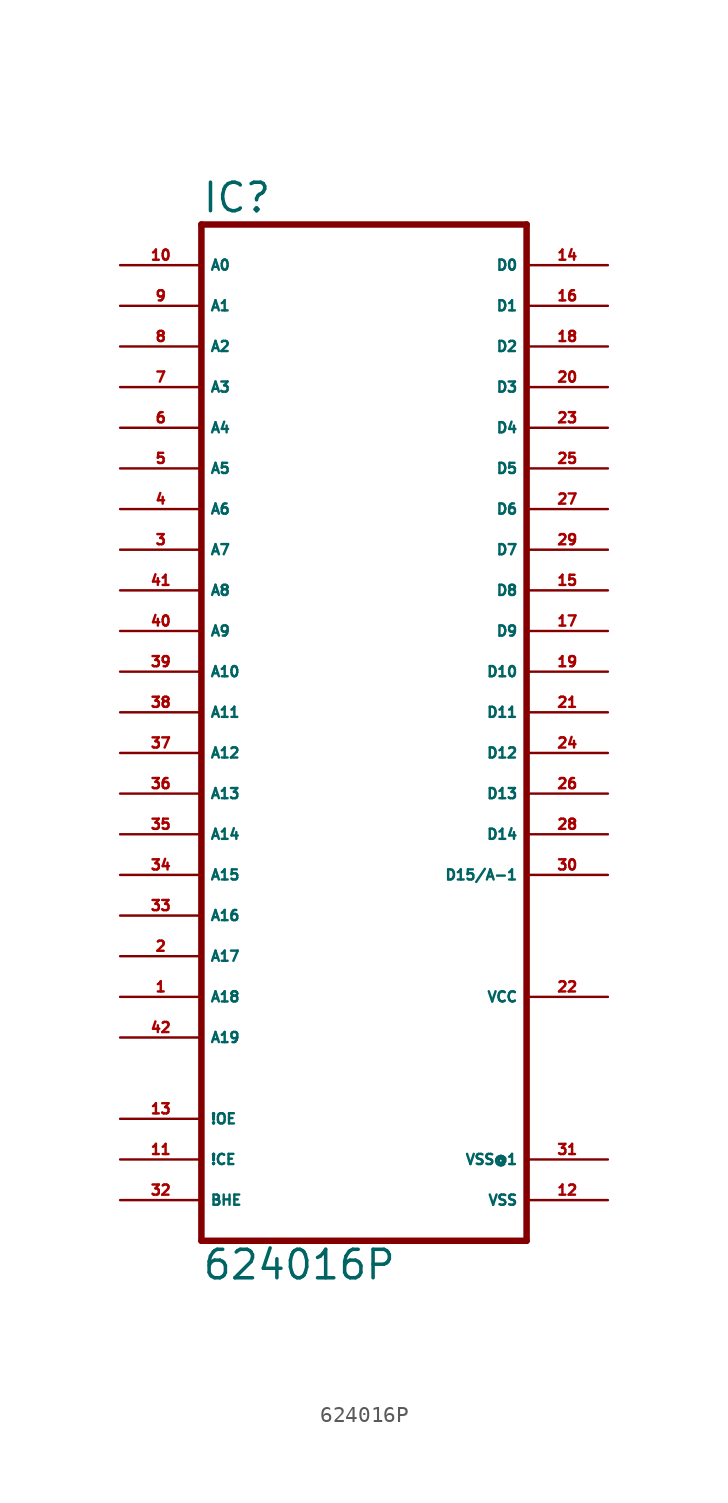
<source format=kicad_sym>
(kicad_symbol_lib
  (version 20220914)
  (generator Eagle2Kicad)
  (symbol "624016P"
    (property "Reference" "IC"
      (at -10.16 33.655 0)
      (effects (font (size 1.778 1.778) (thickness 0.22)) (justify left bottom)))
    (property "Value" "624016P"
      (at -10.16 -33.02 0)
      (effects (font (size 1.778 1.778) (thickness 0.22)) (justify left bottom)))
    (polyline
      (pts (xy -10.16 -30.48) (xy 10.16 -30.48))
      (stroke (width 0.406) (type default))
      (fill (type none)))
    (polyline
      (pts (xy 10.16 33.02) (xy 10.16 -30.48))
      (stroke (width 0.406) (type default))
      (fill (type none)))
    (polyline
      (pts (xy 10.16 33.02) (xy -10.16 33.02))
      (stroke (width 0.406) (type default))
      (fill (type none)))
    (polyline
      (pts (xy -10.16 -30.48) (xy -10.16 33.02))
      (stroke (width 0.406) (type default))
      (fill (type none)))
    (pin input line
      (at -15.24 30.48 0)
      (length 5.08)
      (name "A0" (effects (font (size 0.635 0.635) (thickness 0.08)) (justify left bottom)))
      (number "10" (effects (font (size 0.635 0.635) (thickness 0.08)) (justify left bottom))))
    (pin input line
      (at -15.24 27.94 0)
      (length 5.08)
      (name "A1" (effects (font (size 0.635 0.635) (thickness 0.08)) (justify left bottom)))
      (number "9" (effects (font (size 0.635 0.635) (thickness 0.08)) (justify left bottom))))
    (pin input line
      (at -15.24 25.4 0)
      (length 5.08)
      (name "A2" (effects (font (size 0.635 0.635) (thickness 0.08)) (justify left bottom)))
      (number "8" (effects (font (size 0.635 0.635) (thickness 0.08)) (justify left bottom))))
    (pin input line
      (at -15.24 22.86 0)
      (length 5.08)
      (name "A3" (effects (font (size 0.635 0.635) (thickness 0.08)) (justify left bottom)))
      (number "7" (effects (font (size 0.635 0.635) (thickness 0.08)) (justify left bottom))))
    (pin input line
      (at -15.24 20.32 0)
      (length 5.08)
      (name "A4" (effects (font (size 0.635 0.635) (thickness 0.08)) (justify left bottom)))
      (number "6" (effects (font (size 0.635 0.635) (thickness 0.08)) (justify left bottom))))
    (pin input line
      (at -15.24 17.78 0)
      (length 5.08)
      (name "A5" (effects (font (size 0.635 0.635) (thickness 0.08)) (justify left bottom)))
      (number "5" (effects (font (size 0.635 0.635) (thickness 0.08)) (justify left bottom))))
    (pin input line
      (at -15.24 15.24 0)
      (length 5.08)
      (name "A6" (effects (font (size 0.635 0.635) (thickness 0.08)) (justify left bottom)))
      (number "4" (effects (font (size 0.635 0.635) (thickness 0.08)) (justify left bottom))))
    (pin input line
      (at -15.24 12.7 0)
      (length 5.08)
      (name "A7" (effects (font (size 0.635 0.635) (thickness 0.08)) (justify left bottom)))
      (number "3" (effects (font (size 0.635 0.635) (thickness 0.08)) (justify left bottom))))
    (pin input line
      (at -15.24 10.16 0)
      (length 5.08)
      (name "A8" (effects (font (size 0.635 0.635) (thickness 0.08)) (justify left bottom)))
      (number "41" (effects (font (size 0.635 0.635) (thickness 0.08)) (justify left bottom))))
    (pin input line
      (at -15.24 7.62 0)
      (length 5.08)
      (name "A9" (effects (font (size 0.635 0.635) (thickness 0.08)) (justify left bottom)))
      (number "40" (effects (font (size 0.635 0.635) (thickness 0.08)) (justify left bottom))))
    (pin input line
      (at -15.24 5.08 0)
      (length 5.08)
      (name "A10" (effects (font (size 0.635 0.635) (thickness 0.08)) (justify left bottom)))
      (number "39" (effects (font (size 0.635 0.635) (thickness 0.08)) (justify left bottom))))
    (pin input line
      (at -15.24 2.54 0)
      (length 5.08)
      (name "A11" (effects (font (size 0.635 0.635) (thickness 0.08)) (justify left bottom)))
      (number "38" (effects (font (size 0.635 0.635) (thickness 0.08)) (justify left bottom))))
    (pin input line
      (at -15.24 0 0)
      (length 5.08)
      (name "A12" (effects (font (size 0.635 0.635) (thickness 0.08)) (justify left bottom)))
      (number "37" (effects (font (size 0.635 0.635) (thickness 0.08)) (justify left bottom))))
    (pin input line
      (at -15.24 -2.54 0)
      (length 5.08)
      (name "A13" (effects (font (size 0.635 0.635) (thickness 0.08)) (justify left bottom)))
      (number "36" (effects (font (size 0.635 0.635) (thickness 0.08)) (justify left bottom))))
    (pin input line
      (at -15.24 -5.08 0)
      (length 5.08)
      (name "A14" (effects (font (size 0.635 0.635) (thickness 0.08)) (justify left bottom)))
      (number "35" (effects (font (size 0.635 0.635) (thickness 0.08)) (justify left bottom))))
    (pin input line
      (at -15.24 -7.62 0)
      (length 5.08)
      (name "A15" (effects (font (size 0.635 0.635) (thickness 0.08)) (justify left bottom)))
      (number "34" (effects (font (size 0.635 0.635) (thickness 0.08)) (justify left bottom))))
    (pin input line
      (at -15.24 -10.16 0)
      (length 5.08)
      (name "A16" (effects (font (size 0.635 0.635) (thickness 0.08)) (justify left bottom)))
      (number "33" (effects (font (size 0.635 0.635) (thickness 0.08)) (justify left bottom))))
    (pin input line
      (at -15.24 -12.7 0)
      (length 5.08)
      (name "A17" (effects (font (size 0.635 0.635) (thickness 0.08)) (justify left bottom)))
      (number "2" (effects (font (size 0.635 0.635) (thickness 0.08)) (justify left bottom))))
    (pin input line
      (at -15.24 -15.24 0)
      (length 5.08)
      (name "A18" (effects (font (size 0.635 0.635) (thickness 0.08)) (justify left bottom)))
      (number "1" (effects (font (size 0.635 0.635) (thickness 0.08)) (justify left bottom))))
    (pin input line
      (at -15.24 -17.78 0)
      (length 5.08)
      (name "A19" (effects (font (size 0.635 0.635) (thickness 0.08)) (justify left bottom)))
      (number "42" (effects (font (size 0.635 0.635) (thickness 0.08)) (justify left bottom))))
    (pin input line
      (at -15.24 -22.86 0)
      (length 5.08)
      (name "!OE" (effects (font (size 0.635 0.635) (thickness 0.08)) (justify left bottom)))
      (number "13" (effects (font (size 0.635 0.635) (thickness 0.08)) (justify left bottom))))
    (pin input line
      (at -15.24 -25.4 0)
      (length 5.08)
      (name "!CE" (effects (font (size 0.635 0.635) (thickness 0.08)) (justify left bottom)))
      (number "11" (effects (font (size 0.635 0.635) (thickness 0.08)) (justify left bottom))))
    (pin input line
      (at -15.24 -27.94 0)
      (length 5.08)
      (name "BHE" (effects (font (size 0.635 0.635) (thickness 0.08)) (justify left bottom)))
      (number "32" (effects (font (size 0.635 0.635) (thickness 0.08)) (justify left bottom))))
    (pin unspecified line
      (at 15.24 -27.94 180)
      (length 5.08)
      (name "VSS" (effects (font (size 0.635 0.635) (thickness 0.08)) (justify left bottom)))
      (number "12" (effects (font (size 0.635 0.635) (thickness 0.08)) (justify left bottom))))
    (pin unspecified line
      (at 15.24 -25.4 180)
      (length 5.08)
      (name "VSS@1" (effects (font (size 0.635 0.635) (thickness 0.08)) (justify left bottom)))
      (number "31" (effects (font (size 0.635 0.635) (thickness 0.08)) (justify left bottom))))
    (pin unspecified line
      (at 15.24 -15.24 180)
      (length 5.08)
      (name "VCC" (effects (font (size 0.635 0.635) (thickness 0.08)) (justify left bottom)))
      (number "22" (effects (font (size 0.635 0.635) (thickness 0.08)) (justify left bottom))))
    (pin tri_state line
      (at 15.24 30.48 180)
      (length 5.08)
      (name "D0" (effects (font (size 0.635 0.635) (thickness 0.08)) (justify left bottom)))
      (number "14" (effects (font (size 0.635 0.635) (thickness 0.08)) (justify left bottom))))
    (pin tri_state line
      (at 15.24 27.94 180)
      (length 5.08)
      (name "D1" (effects (font (size 0.635 0.635) (thickness 0.08)) (justify left bottom)))
      (number "16" (effects (font (size 0.635 0.635) (thickness 0.08)) (justify left bottom))))
    (pin tri_state line
      (at 15.24 25.4 180)
      (length 5.08)
      (name "D2" (effects (font (size 0.635 0.635) (thickness 0.08)) (justify left bottom)))
      (number "18" (effects (font (size 0.635 0.635) (thickness 0.08)) (justify left bottom))))
    (pin tri_state line
      (at 15.24 22.86 180)
      (length 5.08)
      (name "D3" (effects (font (size 0.635 0.635) (thickness 0.08)) (justify left bottom)))
      (number "20" (effects (font (size 0.635 0.635) (thickness 0.08)) (justify left bottom))))
    (pin tri_state line
      (at 15.24 20.32 180)
      (length 5.08)
      (name "D4" (effects (font (size 0.635 0.635) (thickness 0.08)) (justify left bottom)))
      (number "23" (effects (font (size 0.635 0.635) (thickness 0.08)) (justify left bottom))))
    (pin tri_state line
      (at 15.24 17.78 180)
      (length 5.08)
      (name "D5" (effects (font (size 0.635 0.635) (thickness 0.08)) (justify left bottom)))
      (number "25" (effects (font (size 0.635 0.635) (thickness 0.08)) (justify left bottom))))
    (pin tri_state line
      (at 15.24 15.24 180)
      (length 5.08)
      (name "D6" (effects (font (size 0.635 0.635) (thickness 0.08)) (justify left bottom)))
      (number "27" (effects (font (size 0.635 0.635) (thickness 0.08)) (justify left bottom))))
    (pin tri_state line
      (at 15.24 12.7 180)
      (length 5.08)
      (name "D7" (effects (font (size 0.635 0.635) (thickness 0.08)) (justify left bottom)))
      (number "29" (effects (font (size 0.635 0.635) (thickness 0.08)) (justify left bottom))))
    (pin tri_state line
      (at 15.24 10.16 180)
      (length 5.08)
      (name "D8" (effects (font (size 0.635 0.635) (thickness 0.08)) (justify left bottom)))
      (number "15" (effects (font (size 0.635 0.635) (thickness 0.08)) (justify left bottom))))
    (pin tri_state line
      (at 15.24 7.62 180)
      (length 5.08)
      (name "D9" (effects (font (size 0.635 0.635) (thickness 0.08)) (justify left bottom)))
      (number "17" (effects (font (size 0.635 0.635) (thickness 0.08)) (justify left bottom))))
    (pin tri_state line
      (at 15.24 5.08 180)
      (length 5.08)
      (name "D10" (effects (font (size 0.635 0.635) (thickness 0.08)) (justify left bottom)))
      (number "19" (effects (font (size 0.635 0.635) (thickness 0.08)) (justify left bottom))))
    (pin tri_state line
      (at 15.24 2.54 180)
      (length 5.08)
      (name "D11" (effects (font (size 0.635 0.635) (thickness 0.08)) (justify left bottom)))
      (number "21" (effects (font (size 0.635 0.635) (thickness 0.08)) (justify left bottom))))
    (pin tri_state line
      (at 15.24 0 180)
      (length 5.08)
      (name "D12" (effects (font (size 0.635 0.635) (thickness 0.08)) (justify left bottom)))
      (number "24" (effects (font (size 0.635 0.635) (thickness 0.08)) (justify left bottom))))
    (pin tri_state line
      (at 15.24 -2.54 180)
      (length 5.08)
      (name "D13" (effects (font (size 0.635 0.635) (thickness 0.08)) (justify left bottom)))
      (number "26" (effects (font (size 0.635 0.635) (thickness 0.08)) (justify left bottom))))
    (pin tri_state line
      (at 15.24 -5.08 180)
      (length 5.08)
      (name "D14" (effects (font (size 0.635 0.635) (thickness 0.08)) (justify left bottom)))
      (number "28" (effects (font (size 0.635 0.635) (thickness 0.08)) (justify left bottom))))
    (pin tri_state line
      (at 15.24 -7.62 180)
      (length 5.08)
      (name "D15/A-1" (effects (font (size 0.635 0.635) (thickness 0.08)) (justify left bottom)))
      (number "30" (effects (font (size 0.635 0.635) (thickness 0.08)) (justify left bottom))))))
</source>
